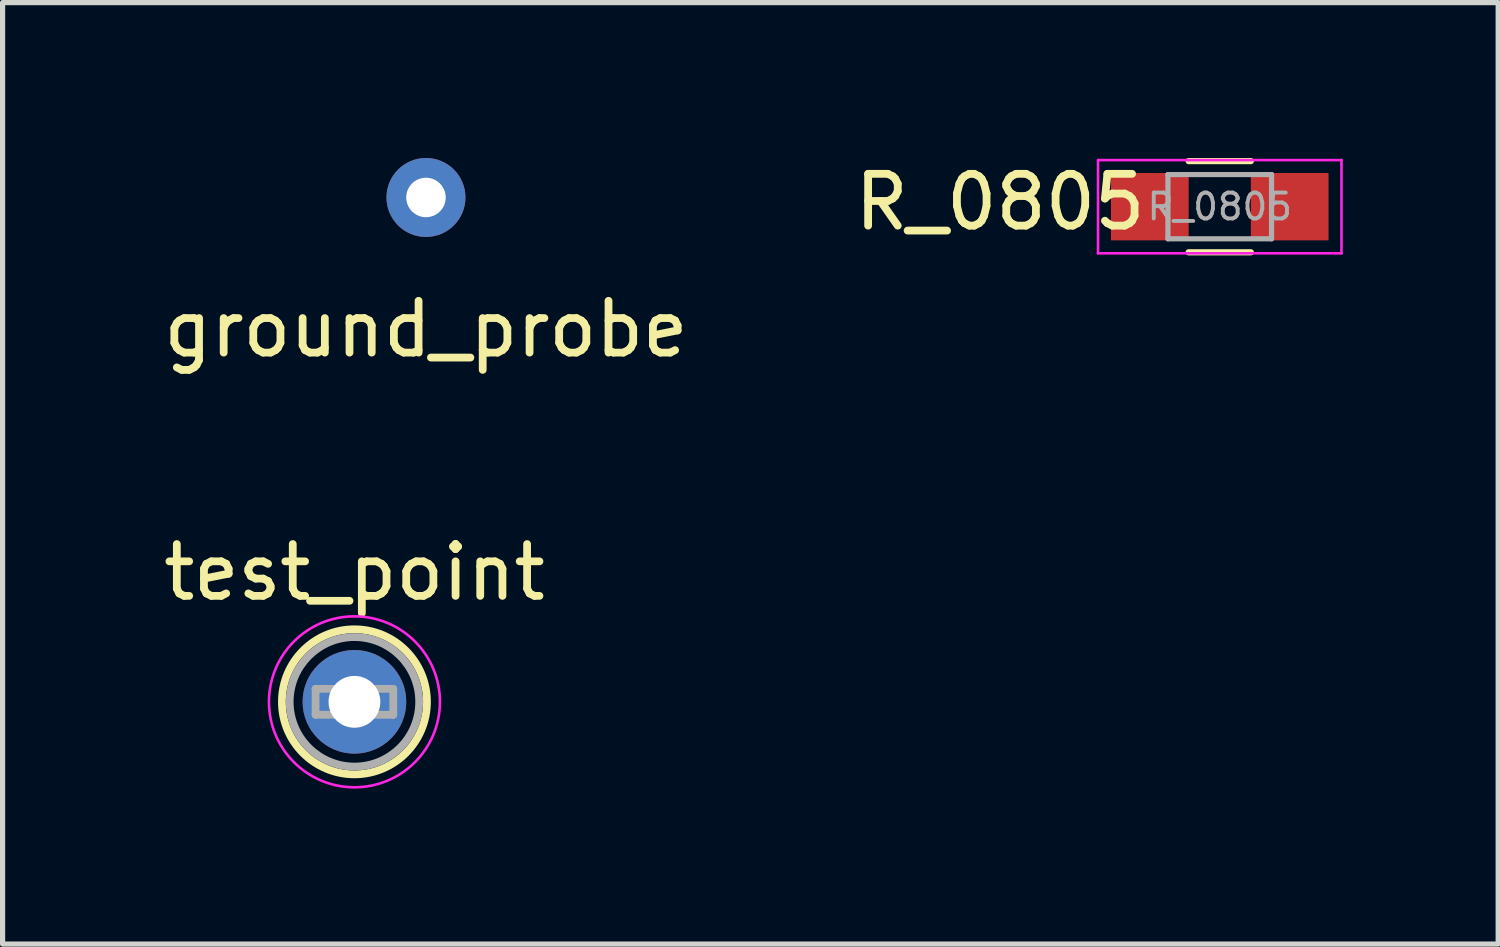
<source format=kicad_pcb>
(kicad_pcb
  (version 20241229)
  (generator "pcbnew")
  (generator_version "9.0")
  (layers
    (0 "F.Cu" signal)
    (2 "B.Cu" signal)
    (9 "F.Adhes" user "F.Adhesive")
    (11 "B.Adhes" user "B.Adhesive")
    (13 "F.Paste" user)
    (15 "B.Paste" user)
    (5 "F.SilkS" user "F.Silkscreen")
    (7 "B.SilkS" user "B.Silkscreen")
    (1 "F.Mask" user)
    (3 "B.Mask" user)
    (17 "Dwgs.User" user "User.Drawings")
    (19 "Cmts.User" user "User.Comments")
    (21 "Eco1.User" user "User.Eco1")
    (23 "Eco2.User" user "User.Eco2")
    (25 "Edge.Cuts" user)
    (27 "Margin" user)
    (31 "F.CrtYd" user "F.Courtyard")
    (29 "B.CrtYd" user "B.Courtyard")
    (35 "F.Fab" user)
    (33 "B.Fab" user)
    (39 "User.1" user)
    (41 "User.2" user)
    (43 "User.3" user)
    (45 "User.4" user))
  (footprint "test_point"
    (layer "F.Cu")
    (at 3.792 10.498)
    (property "Reference" "test_point" (at 0 -2.5 0) (layer "F.SilkS") (effects (font (size 1 1) (thickness 0.15))))
    (attr exclude_from_pos_files exclude_from_bom)
    (fp_circle (center 0 0) (end 1.4 0) (stroke (width 0.15) (type solid)) (fill no) (layer "F.SilkS"))
    (fp_circle (center 0 0) (end 1.65 0) (stroke (width 0.05) (type solid)) (fill no) (layer "F.CrtYd"))
    (fp_line (start -0.75 -0.25) (end 0.75 -0.25) (stroke (width 0.15) (type solid)) (layer "F.Fab"))
    (fp_line (start -0.75 0.25) (end -0.75 -0.25) (stroke (width 0.15) (type solid)) (layer "F.Fab"))
    (fp_line (start 0.75 -0.25) (end 0.75 0.25) (stroke (width 0.15) (type solid)) (layer "F.Fab"))
    (fp_line (start 0.75 0.25) (end -0.75 0.25) (stroke (width 0.15) (type solid)) (layer "F.Fab"))
    (fp_circle (center 0 0) (end 1.25 0) (stroke (width 0.15) (type solid)) (fill no) (layer "F.Fab"))
    (pad "1" thru_hole circle (at 0 0) (size 2 2) (drill 1) (layers "*.Cu" "*.Mask")))
  (footprint "R_0805"
    (layer "F.Cu")
    (at 20.496 0.94)
    (property "Reference" "R_0805" (at -4.24 -0.089 0) (layer "F.SilkS") (effects (font (size 1 1) (thickness 0.15))))
    (attr smd)
    (fp_line (start -0.6 -0.88) (end 0.6 -0.88) (stroke (width 0.12) (type solid)) (layer "F.SilkS"))
    (fp_line (start 0.6 0.88) (end -0.6 0.88) (stroke (width 0.12) (type solid)) (layer "F.SilkS"))
    (fp_line (start -2.35 -0.9) (end -2.35 0.9) (stroke (width 0.05) (type solid)) (layer "F.CrtYd"))
    (fp_line (start -2.35 -0.9) (end 2.35 -0.9) (stroke (width 0.05) (type solid)) (layer "F.CrtYd"))
    (fp_line (start 2.35 0.9) (end -2.35 0.9) (stroke (width 0.05) (type solid)) (layer "F.CrtYd"))
    (fp_line (start 2.35 0.9) (end 2.35 -0.9) (stroke (width 0.05) (type solid)) (layer "F.CrtYd"))
    (fp_line (start -1 -0.62) (end 1 -0.62) (stroke (width 0.1) (type solid)) (layer "F.Fab"))
    (fp_line (start -1 0.62) (end -1 -0.62) (stroke (width 0.1) (type solid)) (layer "F.Fab"))
    (fp_line (start 1 -0.62) (end 1 0.62) (stroke (width 0.1) (type solid)) (layer "F.Fab"))
    (fp_line (start 1 0.62) (end -1 0.62) (stroke (width 0.1) (type solid)) (layer "F.Fab"))
    (fp_text user "${REFERENCE}" (at 0 0 0) (layer "F.Fab") (effects (font (size 0.5 0.5) (thickness 0.075))))
    (pad "1" smd rect (at -1.35 0) (size 1.5 1.3) (layers "F.Cu" "F.Mask" "F.Paste"))
    (pad "2" smd rect (at 1.35 0) (size 1.5 1.3) (layers "F.Cu" "F.Mask" "F.Paste")))
  (footprint "ground_probe"
    (layer "F.Cu")
    (at 5.173 0.762)
    (property "Reference" "ground_probe" (at 0 2.54 0) (layer "F.SilkS") (effects (font (size 1 1) (thickness 0.15))))
    (attr through_hole)
    (pad "1" thru_hole circle (at 0 0) (size 1.524 1.524) (drill 0.762) (layers "*.Cu" "*.Mask")))
  (gr_rect
    (start -3 -3)
    (end 25.871 15.174)
    (stroke (width 0.1) (type default))
    (fill no)
    (layer "Edge.Cuts")))
</source>
